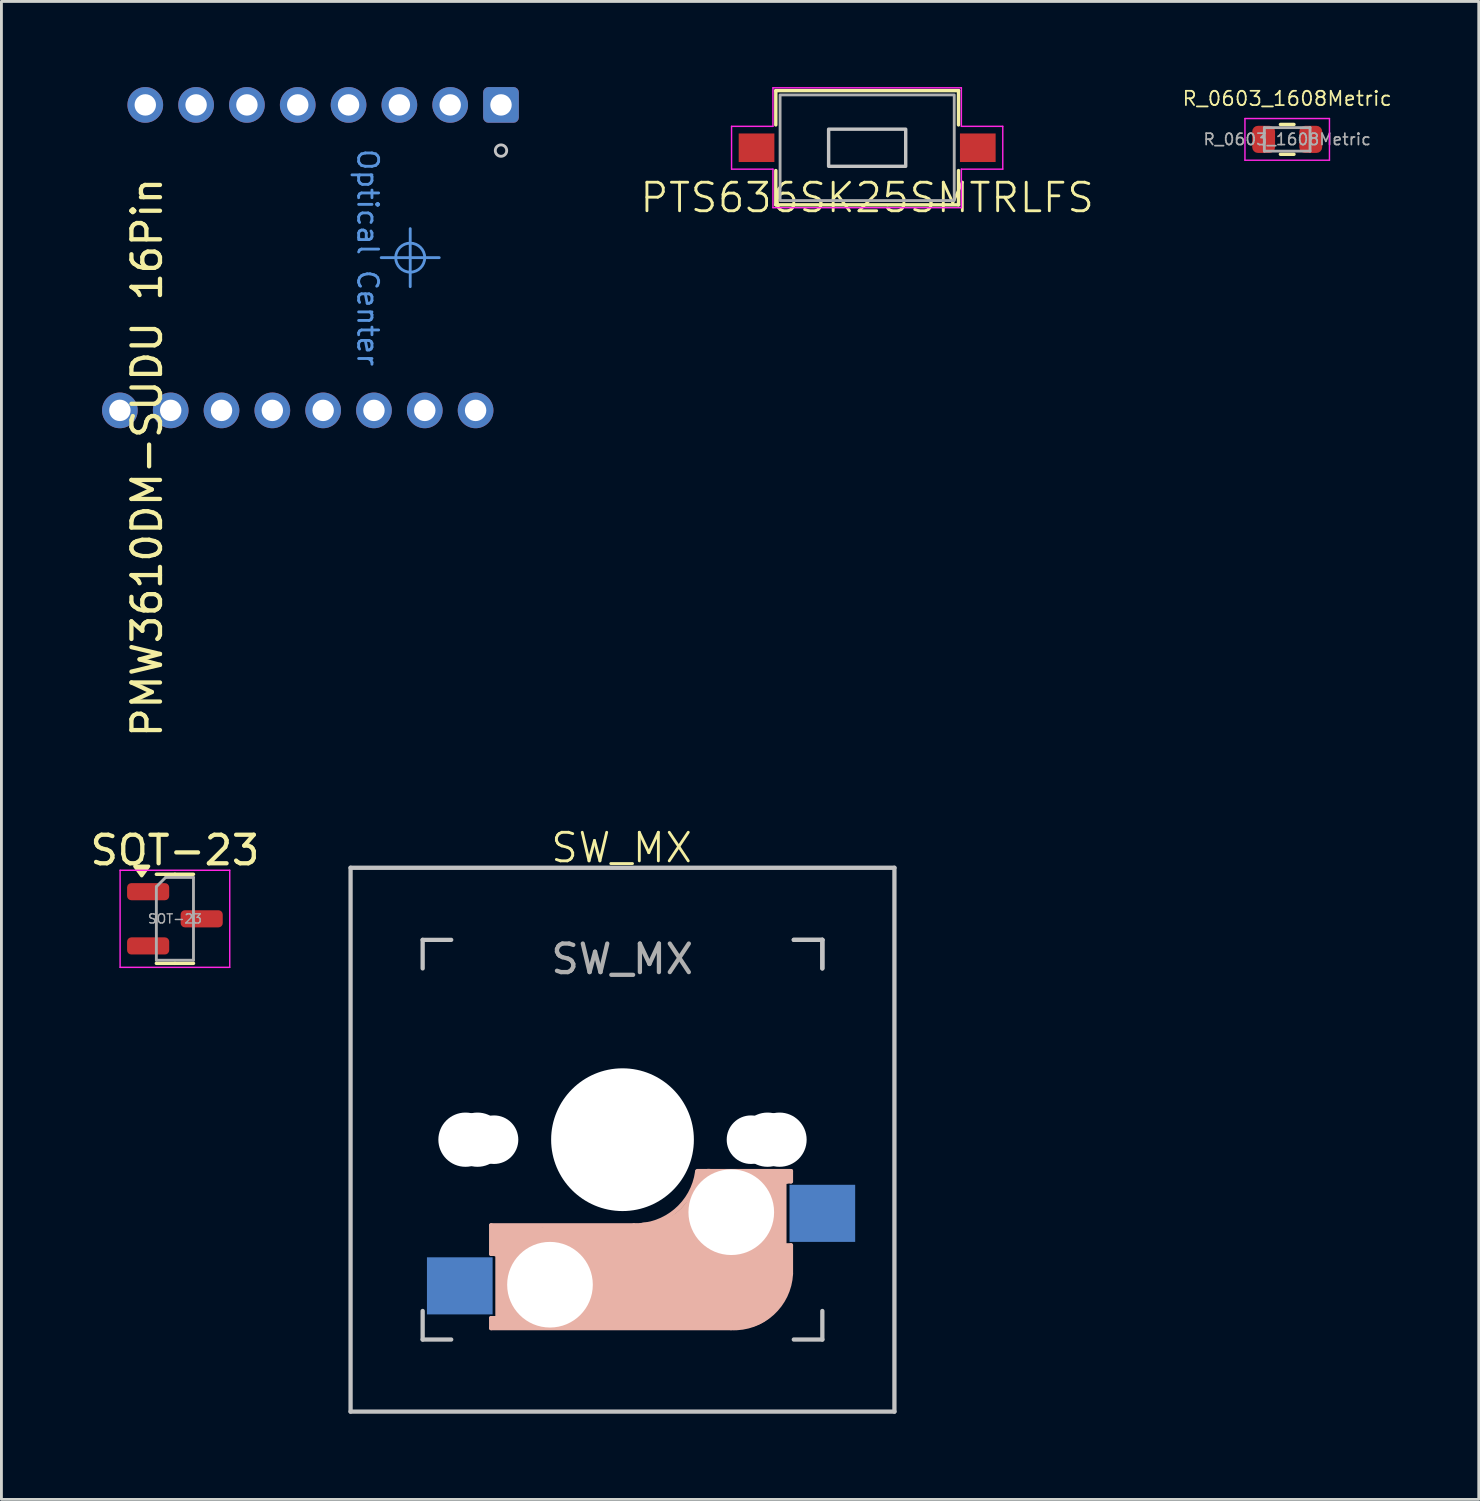
<source format=kicad_pcb>
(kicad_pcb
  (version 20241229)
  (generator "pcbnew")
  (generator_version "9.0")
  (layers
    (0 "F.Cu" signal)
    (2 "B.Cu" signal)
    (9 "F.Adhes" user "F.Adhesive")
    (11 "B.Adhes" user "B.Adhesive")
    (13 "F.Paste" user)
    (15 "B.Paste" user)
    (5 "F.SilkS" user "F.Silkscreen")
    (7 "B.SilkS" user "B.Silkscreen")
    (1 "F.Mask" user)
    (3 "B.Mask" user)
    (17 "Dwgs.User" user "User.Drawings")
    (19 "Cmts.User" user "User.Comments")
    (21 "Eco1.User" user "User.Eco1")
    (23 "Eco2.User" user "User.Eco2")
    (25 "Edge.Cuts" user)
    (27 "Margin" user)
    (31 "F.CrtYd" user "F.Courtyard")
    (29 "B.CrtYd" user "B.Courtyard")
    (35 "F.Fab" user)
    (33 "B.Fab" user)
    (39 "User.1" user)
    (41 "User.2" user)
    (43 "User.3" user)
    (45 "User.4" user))
  (footprint "SW_MX"
    (layer "F.Cu")
    (at 18.755 36.896)
    (property "Reference" "SW_MX" (at -0.03 -10.25 0) (unlocked yes) (layer "F.SilkS") (effects (font (size 1 1) (thickness 0.1))))
    (attr smd)
    (fp_line (start -4.6 2.975) (end -4.6 3.975) (stroke (width 0.15) (type solid)) (layer "B.SilkS"))
    (fp_line (start -4.6 3.975) (end -4.4 3.975) (stroke (width 0.15) (type solid)) (layer "B.SilkS"))
    (fp_line (start -4.6 6.225) (end -4.6 6.575) (stroke (width 0.15) (type solid)) (layer "B.SilkS"))
    (fp_line (start -4.6 6.575) (end 3.8 6.575) (stroke (width 0.15) (type solid)) (layer "B.SilkS"))
    (fp_line (start -4.4 3.875) (end -4.4 3.175) (stroke (width 0.4) (type solid)) (layer "B.SilkS"))
    (fp_line (start -4.4 6.225) (end -4.6 6.225) (stroke (width 0.15) (type solid)) (layer "B.SilkS"))
    (fp_line (start -4.4 6.375) (end -3 6.375) (stroke (width 0.4) (type solid)) (layer "B.SilkS"))
    (fp_line (start -4.38 3.975) (end -4.38 6.225) (stroke (width 0.15) (type solid)) (layer "B.SilkS"))
    (fp_line (start -4.3 3.275) (end -2.9 3.275) (stroke (width 0.5) (type solid)) (layer "B.SilkS"))
    (fp_line (start -3.9 5.975) (end -3.9 3.475) (stroke (width 1) (type solid)) (layer "B.SilkS"))
    (fp_line (start -2.6 4.775) (end 4.1 4.775) (stroke (width 3.5) (type solid)) (layer "B.SilkS"))
    (fp_line (start 0.4 2.975) (end -4.6 2.975) (stroke (width 0.15) (type solid)) (layer "B.SilkS"))
    (fp_line (start 4.17 5.075) (end 4.17 2.835) (stroke (width 3) (type solid)) (layer "B.SilkS"))
    (fp_line (start 5.3 1.575) (end 5.3 3.375) (stroke (width 0.8) (type solid)) (layer "B.SilkS"))
    (fp_line (start 5.67 3.675) (end 5.67 1.435) (stroke (width 0.15) (type solid)) (layer "B.SilkS"))
    (fp_line (start 5.7 1.435) (end 5.9 1.435) (stroke (width 0.15) (type solid)) (layer "B.SilkS"))
    (fp_line (start 5.7 1.275) (end 3 1.275) (stroke (width 0.5) (type solid)) (layer "B.SilkS"))
    (fp_line (start 5.8 3.775) (end 5.8 4.675) (stroke (width 0.3) (type solid)) (layer "B.SilkS"))
    (fp_line (start 5.9 1.075) (end 2.62 1.075) (stroke (width 0.15) (type solid)) (layer "B.SilkS"))
    (fp_line (start 5.9 1.075) (end 5.9 1.435) (stroke (width 0.15) (type solid)) (layer "B.SilkS"))
    (fp_line (start 5.9 3.675) (end 5.7 3.675) (stroke (width 0.15) (type solid)) (layer "B.SilkS"))
    (fp_line (start 5.9 4.675) (end 5.9 3.675) (stroke (width 0.15) (type solid)) (layer "B.SilkS"))
    (fp_arc (start 2.616318 1.096472) (mid 1.868709 2.461118) (end 0.4 2.975) (stroke (width 0.15) (type solid)) (layer "B.SilkS"))
    (fp_arc (start 3.016318 1.496471) (mid 2.268709 2.861118) (end 0.8 3.375) (stroke (width 1) (type solid)) (layer "B.SilkS"))
    (fp_arc (start 5.9 4.674999) (mid 5.243504 6.059924) (end 3.800001 6.575) (stroke (width 0.15) (type solid)) (layer "B.SilkS"))
    (fp_line (start -9.525 -9.55) (end 9.525 -9.55) (stroke (width 0.15) (type solid)) (layer "Dwgs.User"))
    (fp_line (start -9.525 9.5) (end -9.525 -9.55) (stroke (width 0.15) (type solid)) (layer "Dwgs.User"))
    (fp_line (start -7 -7.025) (end -7 -6.025) (stroke (width 0.15) (type solid)) (layer "Dwgs.User"))
    (fp_line (start -7 5.975) (end -7 6.975) (stroke (width 0.15) (type solid)) (layer "Dwgs.User"))
    (fp_line (start -7 6.975) (end -6 6.975) (stroke (width 0.15) (type solid)) (layer "Dwgs.User"))
    (fp_line (start -6 -7.025) (end -7 -7.025) (stroke (width 0.15) (type solid)) (layer "Dwgs.User"))
    (fp_line (start 6 -7.025) (end 7 -7.025) (stroke (width 0.15) (type solid)) (layer "Dwgs.User"))
    (fp_line (start 6 -7.025) (end 7 -7.025) (stroke (width 0.15) (type solid)) (layer "Dwgs.User"))
    (fp_line (start 7 -7.025) (end 7 -6.025) (stroke (width 0.15) (type solid)) (layer "Dwgs.User"))
    (fp_line (start 7 -7.025) (end 7 -6.025) (stroke (width 0.15) (type solid)) (layer "Dwgs.User"))
    (fp_line (start 7 5.975) (end 7 6.975) (stroke (width 0.15) (type solid)) (layer "Dwgs.User"))
    (fp_line (start 7 6.975) (end 6 6.975) (stroke (width 0.15) (type solid)) (layer "Dwgs.User"))
    (fp_line (start 9.525 -9.55) (end 9.525 9.5) (stroke (width 0.15) (type solid)) (layer "Dwgs.User"))
    (fp_line (start 9.525 9.5) (end -9.525 9.5) (stroke (width 0.15) (type solid)) (layer "Dwgs.User"))
    (fp_text user "${REFERENCE}" (at -0.01 -6.35 0) (unlocked yes) (layer "F.Fab") (effects (font (size 1 1) (thickness 0.15))))
    (pad "" np_thru_hole circle (at -5.5 -0.025 270) (size 1.9 1.9) (drill 1.9) (layers "*.Cu"))
    (pad "" np_thru_hole circle (at -5.08 -0.025 180) (size 1.9 1.9) (drill 1.9) (layers "*.Cu" "*.Mask"))
    (pad "" np_thru_hole circle (at -4.5 -0.025 180) (size 1.7 1.7) (drill 1.7) (layers "*.Cu" "*.Mask"))
    (pad "" np_thru_hole circle (at -2.54 5.055) (size 3 3) (drill 3) (layers "*.Cu" "*.Mask"))
    (pad "" np_thru_hole circle (at 0 -0.025 270) (size 4.1 4.1) (drill 4.1) (layers "*.Cu" "*.Mask"))
    (pad "" np_thru_hole circle (at 0 -0.025 270) (size 5 5) (drill 5) (layers "*.Cu"))
    (pad "" np_thru_hole circle (at 3.81 2.515) (size 3 3) (drill 3) (layers "*.Cu" "*.Mask"))
    (pad "" np_thru_hole circle (at 4.5 -0.025 180) (size 1.7 1.7) (drill 1.7) (layers "*.Cu" "*.Mask"))
    (pad "" np_thru_hole circle (at 5.08 -0.025 180) (size 1.9 1.9) (drill 1.9) (layers "*.Cu" "*.Mask"))
    (pad "" np_thru_hole circle (at 5.5 -0.025 270) (size 1.9 1.9) (drill 1.9) (layers "*.Cu"))
    (pad "1" smd rect (at 7 2.555) (size 2.3 2) (layers "B.Cu" "B.Mask" "B.Paste"))
    (pad "2" smd rect (at -5.7 5.095) (size 2.3 2) (layers "B.Cu" "B.Mask" "B.Paste")))
  (footprint "PTS636SK25SMTRLFS"
    (layer "F.Cu")
    (at 27.325 2.125)
    (property "Reference" "PTS636SK25SMTRLFS" (at 0 1.75 0) (unlocked yes) (layer "F.SilkS") (effects (font (size 1 1) (thickness 0.1))))
    (attr smd)
    (fp_line (start -3.2 -2) (end -3.2 -0.8) (stroke (width 0.12) (type solid)) (layer "F.SilkS"))
    (fp_line (start -3.2 0.8) (end -3.2 2) (stroke (width 0.12) (type solid)) (layer "F.SilkS"))
    (fp_line (start -3.2 2) (end 3.2 2) (stroke (width 0.12) (type solid)) (layer "F.SilkS"))
    (fp_line (start 3.2 -2) (end -3.2 -2) (stroke (width 0.12) (type solid)) (layer "F.SilkS"))
    (fp_line (start 3.2 -0.8) (end 3.2 -2) (stroke (width 0.12) (type solid)) (layer "F.SilkS"))
    (fp_line (start 3.2 2) (end 3.2 0.8) (stroke (width 0.12) (type solid)) (layer "F.SilkS"))
    (fp_rect (start -1.35 -0.65) (end 1.35 0.65) (stroke (width 0.12) (type solid)) (fill no) (layer "Dwgs.User"))
    (fp_line (start -4.75 -0.75) (end -3.3 -0.75) (stroke (width 0.05) (type solid)) (layer "F.CrtYd"))
    (fp_line (start -4.75 0.75) (end -4.75 -0.75) (stroke (width 0.05) (type solid)) (layer "F.CrtYd"))
    (fp_line (start -3.3 -2.1) (end 3.3 -2.1) (stroke (width 0.05) (type solid)) (layer "F.CrtYd"))
    (fp_line (start -3.3 -0.75) (end -3.3 -2.1) (stroke (width 0.05) (type solid)) (layer "F.CrtYd"))
    (fp_line (start -3.3 0.75) (end -4.75 0.75) (stroke (width 0.05) (type solid)) (layer "F.CrtYd"))
    (fp_line (start -3.3 2.1) (end -3.3 0.75) (stroke (width 0.05) (type solid)) (layer "F.CrtYd"))
    (fp_line (start 3.3 -2.1) (end 3.3 -0.75) (stroke (width 0.05) (type solid)) (layer "F.CrtYd"))
    (fp_line (start 3.3 -0.75) (end 4.75 -0.75) (stroke (width 0.05) (type solid)) (layer "F.CrtYd"))
    (fp_line (start 3.3 0.75) (end 3.3 2.1) (stroke (width 0.05) (type solid)) (layer "F.CrtYd"))
    (fp_line (start 3.3 2.1) (end -3.3 2.1) (stroke (width 0.05) (type solid)) (layer "F.CrtYd"))
    (fp_line (start 4.75 -0.75) (end 4.75 0.75) (stroke (width 0.05) (type solid)) (layer "F.CrtYd"))
    (fp_line (start 4.75 0.75) (end 3.3 0.75) (stroke (width 0.05) (type solid)) (layer "F.CrtYd"))
    (fp_rect (start -3.05 -1.85) (end 3.05 1.85) (stroke (width 0.1) (type solid)) (fill no) (layer "F.Fab"))
    (pad "1" smd rect (at -3.875 0) (size 1.25 1) (layers "F.Cu" "F.Mask" "F.Paste"))
    (pad "2" smd rect (at 3.875 0) (size 1.25 1) (layers "F.Cu" "F.Mask" "F.Paste")))
  (footprint "R_0603_1608Metric"
    (layer "F.Cu")
    (at 42.038 1.832)
    (property "Reference" "R_0603_1608Metric" (at 0 -1.43 0) (layer "F.SilkS") (effects (font (size 0.5 0.5) (thickness 0.062))))
    (attr smd)
    (fp_line (start -0.237 -0.522) (end 0.237 -0.522) (stroke (width 0.12) (type solid)) (layer "F.SilkS"))
    (fp_line (start -0.237 0.522) (end 0.237 0.522) (stroke (width 0.12) (type solid)) (layer "F.SilkS"))
    (fp_line (start -1.48 -0.73) (end 1.48 -0.73) (stroke (width 0.05) (type solid)) (layer "F.CrtYd"))
    (fp_line (start -1.48 0.73) (end -1.48 -0.73) (stroke (width 0.05) (type solid)) (layer "F.CrtYd"))
    (fp_line (start 1.48 -0.73) (end 1.48 0.73) (stroke (width 0.05) (type solid)) (layer "F.CrtYd"))
    (fp_line (start 1.48 0.73) (end -1.48 0.73) (stroke (width 0.05) (type solid)) (layer "F.CrtYd"))
    (fp_line (start -0.8 -0.412) (end 0.8 -0.412) (stroke (width 0.1) (type solid)) (layer "F.Fab"))
    (fp_line (start -0.8 0.412) (end -0.8 -0.412) (stroke (width 0.1) (type solid)) (layer "F.Fab"))
    (fp_line (start 0.8 -0.412) (end 0.8 0.412) (stroke (width 0.1) (type solid)) (layer "F.Fab"))
    (fp_line (start 0.8 0.412) (end -0.8 0.412) (stroke (width 0.1) (type solid)) (layer "F.Fab"))
    (fp_text user "${REFERENCE}" (at 0 0 0) (layer "F.Fab") (effects (font (size 0.4 0.4) (thickness 0.06))))
    (pad "1" smd roundrect (at -0.825 0) (size 0.8 0.95) (layers "F.Cu" "F.Mask" "F.Paste") (roundrect_rratio 0.25))
    (pad "2" smd roundrect (at 0.825 0) (size 0.8 0.95) (layers "F.Cu" "F.Mask" "F.Paste") (roundrect_rratio 0.25)))
  (footprint "PMW3610DM-SUDU 16Pin"
    (layer "F.Cu")
    (at 8.331 5.975)
    (property "Reference" "PMW3610DM-SUDU 16Pin" (at -6.232 7 270) (layer "F.SilkS") (effects (font (size 1 1) (thickness 0.15))))
    (attr through_hole)
    (fp_circle (center 6.168 -3.75) (end 6.368 -3.75) (stroke (width 0.1) (type solid)) (fill no) (layer "Dwgs.User"))
    (fp_line (start 2.988 1.016) (end 2.988 -1.016) (stroke (width 0.1) (type solid)) (layer "Cmts.User"))
    (fp_line (start 4.004 0) (end 1.972 0) (stroke (width 0.1) (type solid)) (layer "Cmts.User"))
    (fp_circle (center 2.988 0) (end 2.48 0) (stroke (width 0.1) (type solid)) (fill no) (layer "Cmts.User"))
    (fp_text user "Optical Center" (at 1.5 0 270) (unlocked yes) (layer "Cmts.User") (effects (font (size 0.7 0.7) (thickness 0.1))))
    (pad "1" thru_hole roundrect (at 6.168 -5.35 180) (size 1.25 1.25) (drill 0.75) (layers "*.Cu" "*.Mask") (roundrect_rratio 0.15))
    (pad "2" thru_hole oval (at 4.388 -5.35 180) (size 1.25 1.25) (drill 0.75) (layers "*.Cu" "*.Mask"))
    (pad "3" thru_hole oval (at 2.608 -5.35 180) (size 1.25 1.25) (drill 0.75) (layers "*.Cu" "*.Mask"))
    (pad "4" thru_hole oval (at 0.828 -5.35 180) (size 1.25 1.25) (drill 0.75) (layers "*.Cu" "*.Mask"))
    (pad "5" thru_hole oval (at -0.952 -5.35 180) (size 1.25 1.25) (drill 0.75) (layers "*.Cu" "*.Mask"))
    (pad "6" thru_hole oval (at -2.732 -5.35 180) (size 1.25 1.25) (drill 0.75) (layers "*.Cu" "*.Mask"))
    (pad "7" thru_hole oval (at -4.512 -5.35 180) (size 1.25 1.25) (drill 0.75) (layers "*.Cu" "*.Mask"))
    (pad "8" thru_hole oval (at -6.292 -5.35 180) (size 1.25 1.25) (drill 0.75) (layers "*.Cu" "*.Mask"))
    (pad "9" thru_hole oval (at -7.182 5.35 180) (size 1.25 1.25) (drill 0.75) (layers "*.Cu" "*.Mask"))
    (pad "10" thru_hole oval (at -5.402 5.35 180) (size 1.25 1.25) (drill 0.75) (layers "*.Cu" "*.Mask"))
    (pad "11" thru_hole oval (at -3.622 5.35 180) (size 1.25 1.25) (drill 0.75) (layers "*.Cu" "*.Mask"))
    (pad "12" thru_hole oval (at -1.842 5.35 180) (size 1.25 1.25) (drill 0.75) (layers "*.Cu" "*.Mask"))
    (pad "13" thru_hole oval (at -0.062 5.35 180) (size 1.25 1.25) (drill 0.75) (layers "*.Cu" "*.Mask"))
    (pad "14" thru_hole oval (at 1.718 5.35 180) (size 1.25 1.25) (drill 0.75) (layers "*.Cu" "*.Mask"))
    (pad "15" thru_hole oval (at 3.498 5.35 180) (size 1.25 1.25) (drill 0.75) (layers "*.Cu" "*.Mask"))
    (pad "16" thru_hole oval (at 5.278 5.35 180) (size 1.25 1.25) (drill 0.75) (layers "*.Cu" "*.Mask"))
    (zone (net_name "") (layers "F.Cu" "B.Cu" "F.CrtYd") (hatch edge 0.508) (connect_pads) (min_thickness 0.254) (filled_areas_thickness no) (keepout (tracks not_allowed) (vias not_allowed) (pads not_allowed) (copperpour not_allowed) (footprints not_allowed)) (placement (enabled no)) (fill) (polygon (pts (xy 0 1.606) (xy 16.323 1.657) (xy 16.323 10.344) (xy 0 10.344)))))
  (footprint "SOT-23"
    (layer "F.Cu")
    (at 3.077 29.134)
    (property "Reference" "SOT-23" (at 0 -2.4 0) (layer "F.SilkS") (effects (font (size 1 1) (thickness 0.15))))
    (attr smd)
    (fp_line (start 0 -1.56) (end -0.65 -1.56) (stroke (width 0.12) (type solid)) (layer "F.SilkS"))
    (fp_line (start 0 -1.56) (end 0.65 -1.56) (stroke (width 0.12) (type solid)) (layer "F.SilkS"))
    (fp_line (start 0 1.56) (end -0.65 1.56) (stroke (width 0.12) (type solid)) (layer "F.SilkS"))
    (fp_line (start 0 1.56) (end 0.65 1.56) (stroke (width 0.12) (type solid)) (layer "F.SilkS"))
    (fp_poly (pts (xy -1.163 -1.51) (xy -1.403 -1.84) (xy -0.922 -1.84) (xy -1.163 -1.51)) (stroke (width 0.12) (type solid)) (fill yes) (layer "F.SilkS"))
    (fp_line (start -1.92 -1.7) (end -1.92 1.7) (stroke (width 0.05) (type solid)) (layer "F.CrtYd"))
    (fp_line (start -1.92 1.7) (end 1.92 1.7) (stroke (width 0.05) (type solid)) (layer "F.CrtYd"))
    (fp_line (start 1.92 -1.7) (end -1.92 -1.7) (stroke (width 0.05) (type solid)) (layer "F.CrtYd"))
    (fp_line (start 1.92 1.7) (end 1.92 -1.7) (stroke (width 0.05) (type solid)) (layer "F.CrtYd"))
    (fp_line (start -0.65 -1.125) (end -0.325 -1.45) (stroke (width 0.1) (type solid)) (layer "F.Fab"))
    (fp_line (start -0.65 1.45) (end -0.65 -1.125) (stroke (width 0.1) (type solid)) (layer "F.Fab"))
    (fp_line (start -0.325 -1.45) (end 0.65 -1.45) (stroke (width 0.1) (type solid)) (layer "F.Fab"))
    (fp_line (start 0.65 -1.45) (end 0.65 1.45) (stroke (width 0.1) (type solid)) (layer "F.Fab"))
    (fp_line (start 0.65 1.45) (end -0.65 1.45) (stroke (width 0.1) (type solid)) (layer "F.Fab"))
    (fp_text user "${REFERENCE}" (at 0 0 0) (layer "F.Fab") (effects (font (size 0.32 0.32) (thickness 0.05))))
    (pad "1" smd roundrect (at -0.938 -0.95) (size 1.475 0.6) (layers "F.Cu" "F.Mask" "F.Paste") (roundrect_rratio 0.25))
    (pad "2" smd roundrect (at -0.938 0.95) (size 1.475 0.6) (layers "F.Cu" "F.Mask" "F.Paste") (roundrect_rratio 0.25))
    (pad "3" smd roundrect (at 0.938 0) (size 1.475 0.6) (layers "F.Cu" "F.Mask" "F.Paste") (roundrect_rratio 0.25)))
  (gr_rect
    (start -3 -3)
    (end 48.748 49.471)
    (stroke (width 0.1) (type default))
    (fill no)
    (layer "Edge.Cuts")))
</source>
